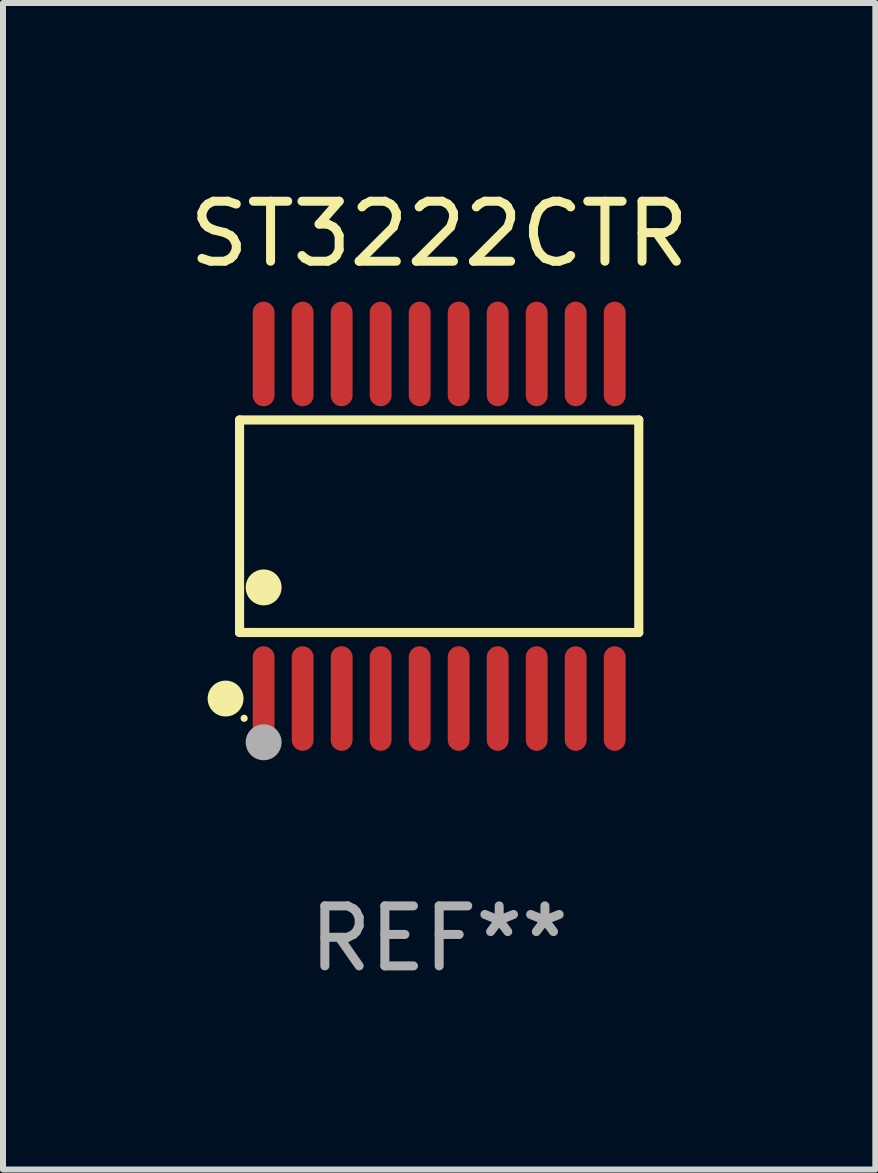
<source format=kicad_pcb>
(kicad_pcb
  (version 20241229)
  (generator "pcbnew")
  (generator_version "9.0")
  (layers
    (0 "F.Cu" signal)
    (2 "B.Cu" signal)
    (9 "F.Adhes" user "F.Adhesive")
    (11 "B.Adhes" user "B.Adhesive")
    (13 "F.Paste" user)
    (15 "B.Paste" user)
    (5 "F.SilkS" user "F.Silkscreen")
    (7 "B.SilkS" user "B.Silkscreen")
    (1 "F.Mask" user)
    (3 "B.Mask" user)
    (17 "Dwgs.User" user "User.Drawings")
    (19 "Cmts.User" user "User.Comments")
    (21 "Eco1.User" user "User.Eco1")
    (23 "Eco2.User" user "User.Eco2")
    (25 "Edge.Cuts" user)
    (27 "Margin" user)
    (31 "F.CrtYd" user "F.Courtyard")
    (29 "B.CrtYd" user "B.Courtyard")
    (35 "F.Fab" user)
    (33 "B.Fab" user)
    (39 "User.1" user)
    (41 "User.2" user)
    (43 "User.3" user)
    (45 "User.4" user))
  (footprint "ST3222CTR"
    (layer "F.Cu")
    (at 4.268 5.719)
    (property "Reference" "ST3222CTR" (at 0 -4.871 0) (layer "F.SilkS") (effects (font (size 1 1) (thickness 0.15))))
    (attr through_hole)
    (fp_line (start -3.326 -1.771) (end 3.326 -1.771) (stroke (width 0.152) (type solid)) (layer "F.SilkS"))
    (fp_line (start -3.326 1.771) (end -3.326 -1.771) (stroke (width 0.152) (type solid)) (layer "F.SilkS"))
    (fp_line (start 3.326 -1.771) (end 3.326 1.771) (stroke (width 0.152) (type solid)) (layer "F.SilkS"))
    (fp_line (start 3.326 1.771) (end -3.326 1.771) (stroke (width 0.152) (type solid)) (layer "F.SilkS"))
    (fp_circle (center -3.559 2.871) (end -3.409 2.871) (stroke (width 0.3) (type solid)) (fill no) (layer "F.SilkS"))
    (fp_circle (center -3.25 3.2) (end -3.22 3.2) (stroke (width 0.06) (type solid)) (fill no) (layer "F.SilkS"))
    (fp_circle (center -2.925 1.019) (end -2.775 1.019) (stroke (width 0.3) (type solid)) (fill no) (layer "F.SilkS"))
    (fp_circle (center -2.925 3.6) (end -2.775 3.6) (stroke (width 0.3) (type solid)) (fill no) (layer "F.Fab"))
    (fp_text user "REF**" (at 0 6.871 0) (layer "F.Fab") (effects (font (size 1 1) (thickness 0.15))))
    (pad "1" smd oval (at -2.925 2.871) (size 0.364 1.742) (layers "F.Cu" "F.Mask" "F.Paste"))
    (pad "2" smd oval (at -2.275 2.871) (size 0.364 1.742) (layers "F.Cu" "F.Mask" "F.Paste"))
    (pad "3" smd oval (at -1.625 2.871) (size 0.364 1.742) (layers "F.Cu" "F.Mask" "F.Paste"))
    (pad "4" smd oval (at -0.975 2.871) (size 0.364 1.742) (layers "F.Cu" "F.Mask" "F.Paste"))
    (pad "5" smd oval (at -0.325 2.871) (size 0.364 1.742) (layers "F.Cu" "F.Mask" "F.Paste"))
    (pad "6" smd oval (at 0.325 2.871) (size 0.364 1.742) (layers "F.Cu" "F.Mask" "F.Paste"))
    (pad "7" smd oval (at 0.975 2.871) (size 0.364 1.742) (layers "F.Cu" "F.Mask" "F.Paste"))
    (pad "8" smd oval (at 1.625 2.871) (size 0.364 1.742) (layers "F.Cu" "F.Mask" "F.Paste"))
    (pad "9" smd oval (at 2.275 2.871) (size 0.364 1.742) (layers "F.Cu" "F.Mask" "F.Paste"))
    (pad "10" smd oval (at 2.925 2.871) (size 0.364 1.742) (layers "F.Cu" "F.Mask" "F.Paste"))
    (pad "11" smd oval (at 2.925 -2.871) (size 0.364 1.742) (layers "F.Cu" "F.Mask" "F.Paste"))
    (pad "12" smd oval (at 2.275 -2.871) (size 0.364 1.742) (layers "F.Cu" "F.Mask" "F.Paste"))
    (pad "13" smd oval (at 1.625 -2.871) (size 0.364 1.742) (layers "F.Cu" "F.Mask" "F.Paste"))
    (pad "14" smd oval (at 0.975 -2.871) (size 0.364 1.742) (layers "F.Cu" "F.Mask" "F.Paste"))
    (pad "15" smd oval (at 0.325 -2.871) (size 0.364 1.742) (layers "F.Cu" "F.Mask" "F.Paste"))
    (pad "16" smd oval (at -0.325 -2.871) (size 0.364 1.742) (layers "F.Cu" "F.Mask" "F.Paste"))
    (pad "17" smd oval (at -0.975 -2.871) (size 0.364 1.742) (layers "F.Cu" "F.Mask" "F.Paste"))
    (pad "18" smd oval (at -1.625 -2.871) (size 0.364 1.742) (layers "F.Cu" "F.Mask" "F.Paste"))
    (pad "19" smd oval (at -2.275 -2.871) (size 0.364 1.742) (layers "F.Cu" "F.Mask" "F.Paste"))
    (pad "20" smd oval (at -2.925 -2.871) (size 0.364 1.742) (layers "F.Cu" "F.Mask" "F.Paste")))
  (gr_rect
    (start -3 -3)
    (end 11.536 16.438)
    (stroke (width 0.1) (type default))
    (fill no)
    (layer "Edge.Cuts")))
</source>
